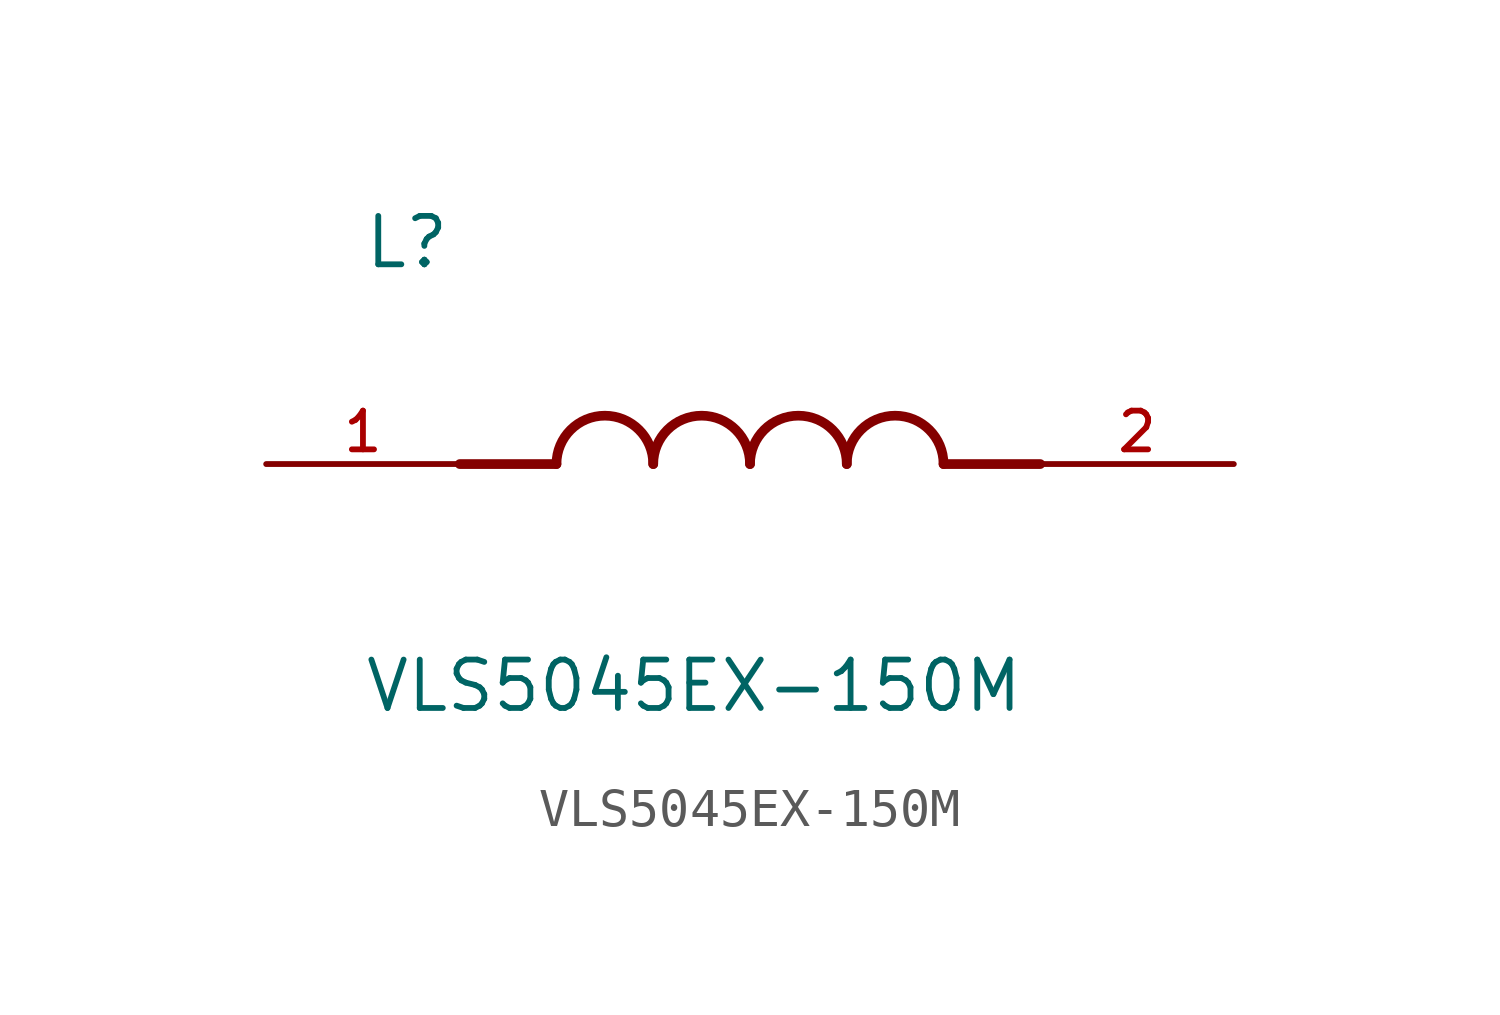
<source format=kicad_sym>
(kicad_symbol_lib
  (version 20211014)
  (generator kicad_symbol_editor)
  (symbol "VLS5045EX-150M"
    (pin_names
      (offset 1.016))
    (property "Reference" "L"
      (at -10.16 5.08 0)
      (effects (font (size 1.27 1.27)) (justify bottom left)))
    (property "Value" "VLS5045EX-150M"
      (at -10.16 -5.08 0)
      (effects (font (size 1.27 1.27)) (justify top left)))
    (symbol "VLS5045EX-150M_0_0"
      (polyline (pts (xy -5.08 0.0) (xy -7.62 0.0)) (stroke (width 0.254)))
      (polyline (pts (xy 5.08 0.0) (xy 7.62 0.0)) (stroke (width 0.254)))
      (arc (start -2.54 0.0) (mid -3.81 1.27) (end -5.08 0.0) (stroke (width 0.254) (type default) (color 0 0 0 0)) (fill (type none)))
      (arc (start 0.0 0.0) (mid -1.27 1.27) (end -2.54 0.0) (stroke (width 0.254) (type default) (color 0 0 0 0)) (fill (type none)))
      (arc (start 2.54 0.0) (mid 1.27 1.27) (end 0.0 0.0) (stroke (width 0.254) (type default) (color 0 0 0 0)) (fill (type none)))
      (arc (start 5.08 0.0) (mid 3.81 1.27) (end 2.54 0.0) (stroke (width 0.254) (type default) (color 0 0 0 0)) (fill (type none)))
      (pin passive line (at -12.7 0.0 0) (length 5.08) (name "~" (effects (font (size 1.016 1.016)))) (number "1" (effects (font (size 1.016 1.016)))))
      (pin passive line (at 12.7 0.0 180.0) (length 5.08) (name "~" (effects (font (size 1.016 1.016)))) (number "2" (effects (font (size 1.016 1.016))))))))
</source>
